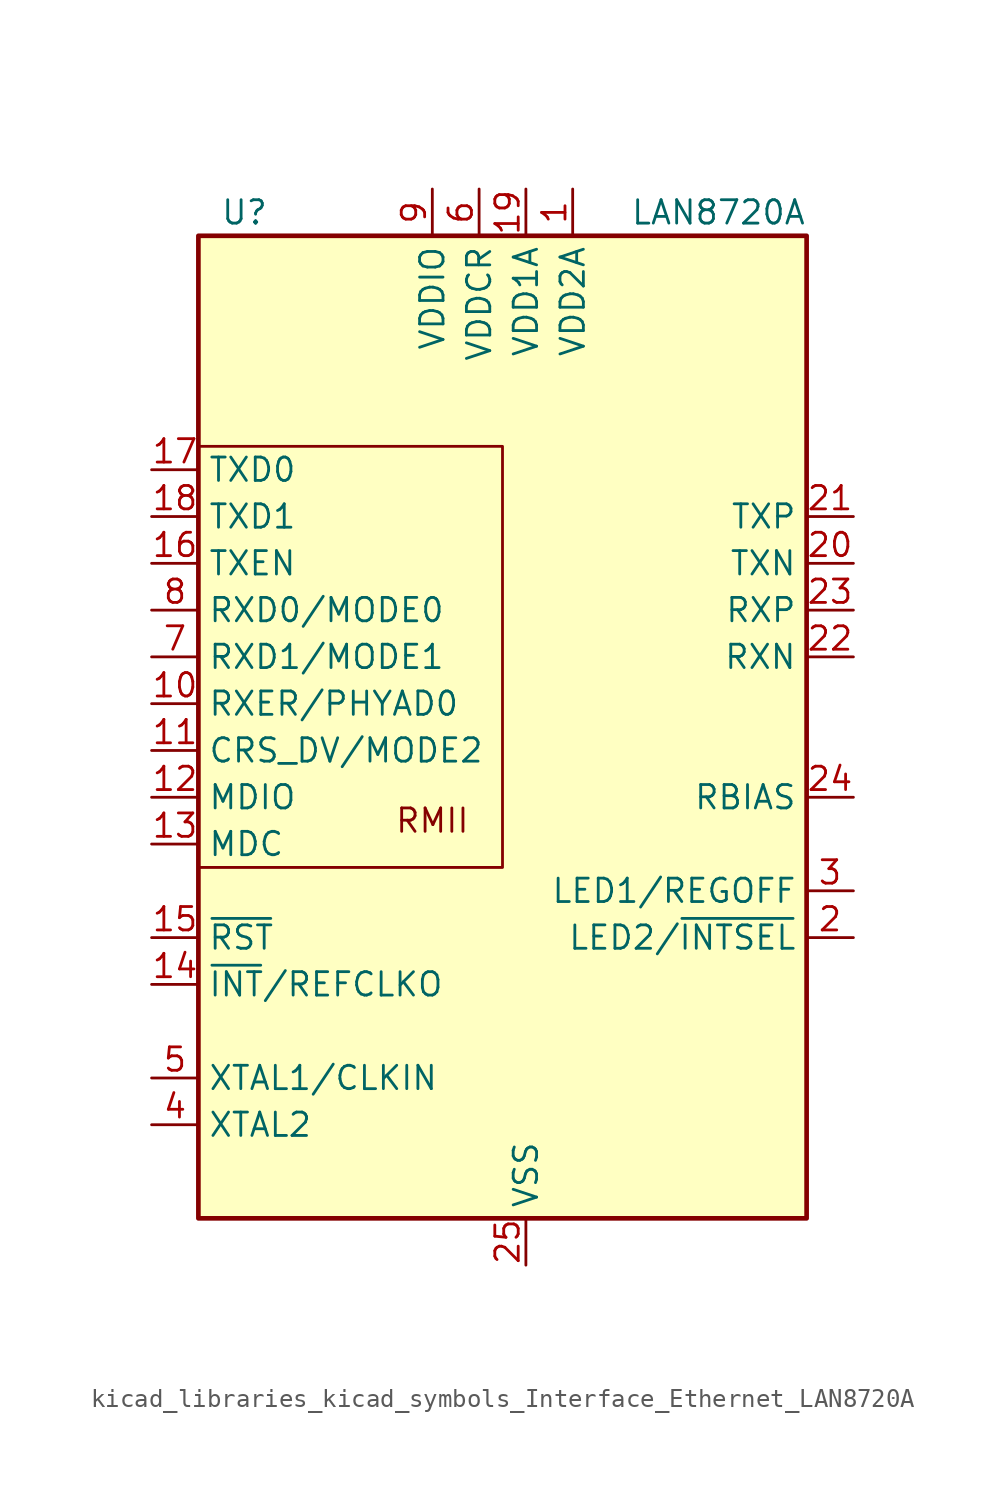
<source format=kicad_sym>
(kicad_symbol_lib
  (version 20220914)
  (generator kicad_symbol_editor)
  (symbol "kicad_libraries_kicad_symbols_Interface_Ethernet_LAN8720A"
    (property "Reference" "U"
      (at -13.97 29.21 0)
      (effects (font (size 1.27 1.27)) (justify right)))
    (property "Value" "LAN8720A"
      (at 15.24 29.21 0)
      (effects (font (size 1.27 1.27)) (justify right)))
    (symbol "kicad_libraries_kicad_symbols_Interface_Ethernet_LAN8720A_0_0"
      (text "RMII" (at -5.08 -3.81 0) (effects (font (size 1.27 1.27)))))
    (symbol "kicad_libraries_kicad_symbols_Interface_Ethernet_LAN8720A_0_1"
      (rectangle (start -17.78 27.94) (end 15.24 -25.4) (stroke (width 0.254) (type default)) (fill (type background)))
      (polyline (pts (xy -17.78 -6.35) (xy -1.27 -6.35) (xy -1.27 16.51) (xy -17.78 16.51)) (stroke (width 0) (type default)) (fill (type none))))
    (symbol "kicad_libraries_kicad_symbols_Interface_Ethernet_LAN8720A_1_1"
      (pin power_in line (at 2.54 30.48 270) (length 2.54) (name "VDD2A" (effects (font (size 1.27 1.27)))) (number "1" (effects (font (size 1.27 1.27)))))
      (pin output line (at -20.32 2.54 0) (length 2.54) (name "RXER/PHYAD0" (effects (font (size 1.27 1.27)))) (number "10" (effects (font (size 1.27 1.27)))))
      (pin bidirectional line (at -20.32 0 0) (length 2.54) (name "CRS_DV/MODE2" (effects (font (size 1.27 1.27)))) (number "11" (effects (font (size 1.27 1.27)))))
      (pin bidirectional line (at -20.32 -2.54 0) (length 2.54) (name "MDIO" (effects (font (size 1.27 1.27)))) (number "12" (effects (font (size 1.27 1.27)))))
      (pin input line (at -20.32 -5.08 0) (length 2.54) (name "MDC" (effects (font (size 1.27 1.27)))) (number "13" (effects (font (size 1.27 1.27)))))
      (pin output line (at -20.32 -12.7 0) (length 2.54) (name "~{INT}/REFCLKO" (effects (font (size 1.27 1.27)))) (number "14" (effects (font (size 1.27 1.27)))))
      (pin input line (at -20.32 -10.16 0) (length 2.54) (name "~{RST}" (effects (font (size 1.27 1.27)))) (number "15" (effects (font (size 1.27 1.27)))))
      (pin input line (at -20.32 10.16 0) (length 2.54) (name "TXEN" (effects (font (size 1.27 1.27)))) (number "16" (effects (font (size 1.27 1.27)))))
      (pin input line (at -20.32 15.24 0) (length 2.54) (name "TXD0" (effects (font (size 1.27 1.27)))) (number "17" (effects (font (size 1.27 1.27)))))
      (pin input line (at -20.32 12.7 0) (length 2.54) (name "TXD1" (effects (font (size 1.27 1.27)))) (number "18" (effects (font (size 1.27 1.27)))))
      (pin power_in line (at 0 30.48 270) (length 2.54) (name "VDD1A" (effects (font (size 1.27 1.27)))) (number "19" (effects (font (size 1.27 1.27)))))
      (pin bidirectional line (at 17.78 -10.16 180) (length 2.54) (name "LED2/~{INTSEL}" (effects (font (size 1.27 1.27)))) (number "2" (effects (font (size 1.27 1.27)))))
      (pin bidirectional line (at 17.78 10.16 180) (length 2.54) (name "TXN" (effects (font (size 1.27 1.27)))) (number "20" (effects (font (size 1.27 1.27)))))
      (pin bidirectional line (at 17.78 12.7 180) (length 2.54) (name "TXP" (effects (font (size 1.27 1.27)))) (number "21" (effects (font (size 1.27 1.27)))))
      (pin bidirectional line (at 17.78 5.08 180) (length 2.54) (name "RXN" (effects (font (size 1.27 1.27)))) (number "22" (effects (font (size 1.27 1.27)))))
      (pin bidirectional line (at 17.78 7.62 180) (length 2.54) (name "RXP" (effects (font (size 1.27 1.27)))) (number "23" (effects (font (size 1.27 1.27)))))
      (pin passive line (at 17.78 -2.54 180) (length 2.54) (name "RBIAS" (effects (font (size 1.27 1.27)))) (number "24" (effects (font (size 1.27 1.27)))))
      (pin power_in line (at 0 -27.94 90) (length 2.54) (name "VSS" (effects (font (size 1.27 1.27)))) (number "25" (effects (font (size 1.27 1.27)))))
      (pin bidirectional line (at 17.78 -7.62 180) (length 2.54) (name "LED1/REGOFF" (effects (font (size 1.27 1.27)))) (number "3" (effects (font (size 1.27 1.27)))))
      (pin output line (at -20.32 -20.32 0) (length 2.54) (name "XTAL2" (effects (font (size 1.27 1.27)))) (number "4" (effects (font (size 1.27 1.27)))))
      (pin input line (at -20.32 -17.78 0) (length 2.54) (name "XTAL1/CLKIN" (effects (font (size 1.27 1.27)))) (number "5" (effects (font (size 1.27 1.27)))))
      (pin power_in line (at -2.54 30.48 270) (length 2.54) (name "VDDCR" (effects (font (size 1.27 1.27)))) (number "6" (effects (font (size 1.27 1.27)))))
      (pin bidirectional line (at -20.32 5.08 0) (length 2.54) (name "RXD1/MODE1" (effects (font (size 1.27 1.27)))) (number "7" (effects (font (size 1.27 1.27)))))
      (pin bidirectional line (at -20.32 7.62 0) (length 2.54) (name "RXD0/MODE0" (effects (font (size 1.27 1.27)))) (number "8" (effects (font (size 1.27 1.27)))))
      (pin power_in line (at -5.08 30.48 270) (length 2.54) (name "VDDIO" (effects (font (size 1.27 1.27)))) (number "9" (effects (font (size 1.27 1.27))))))))
</source>
